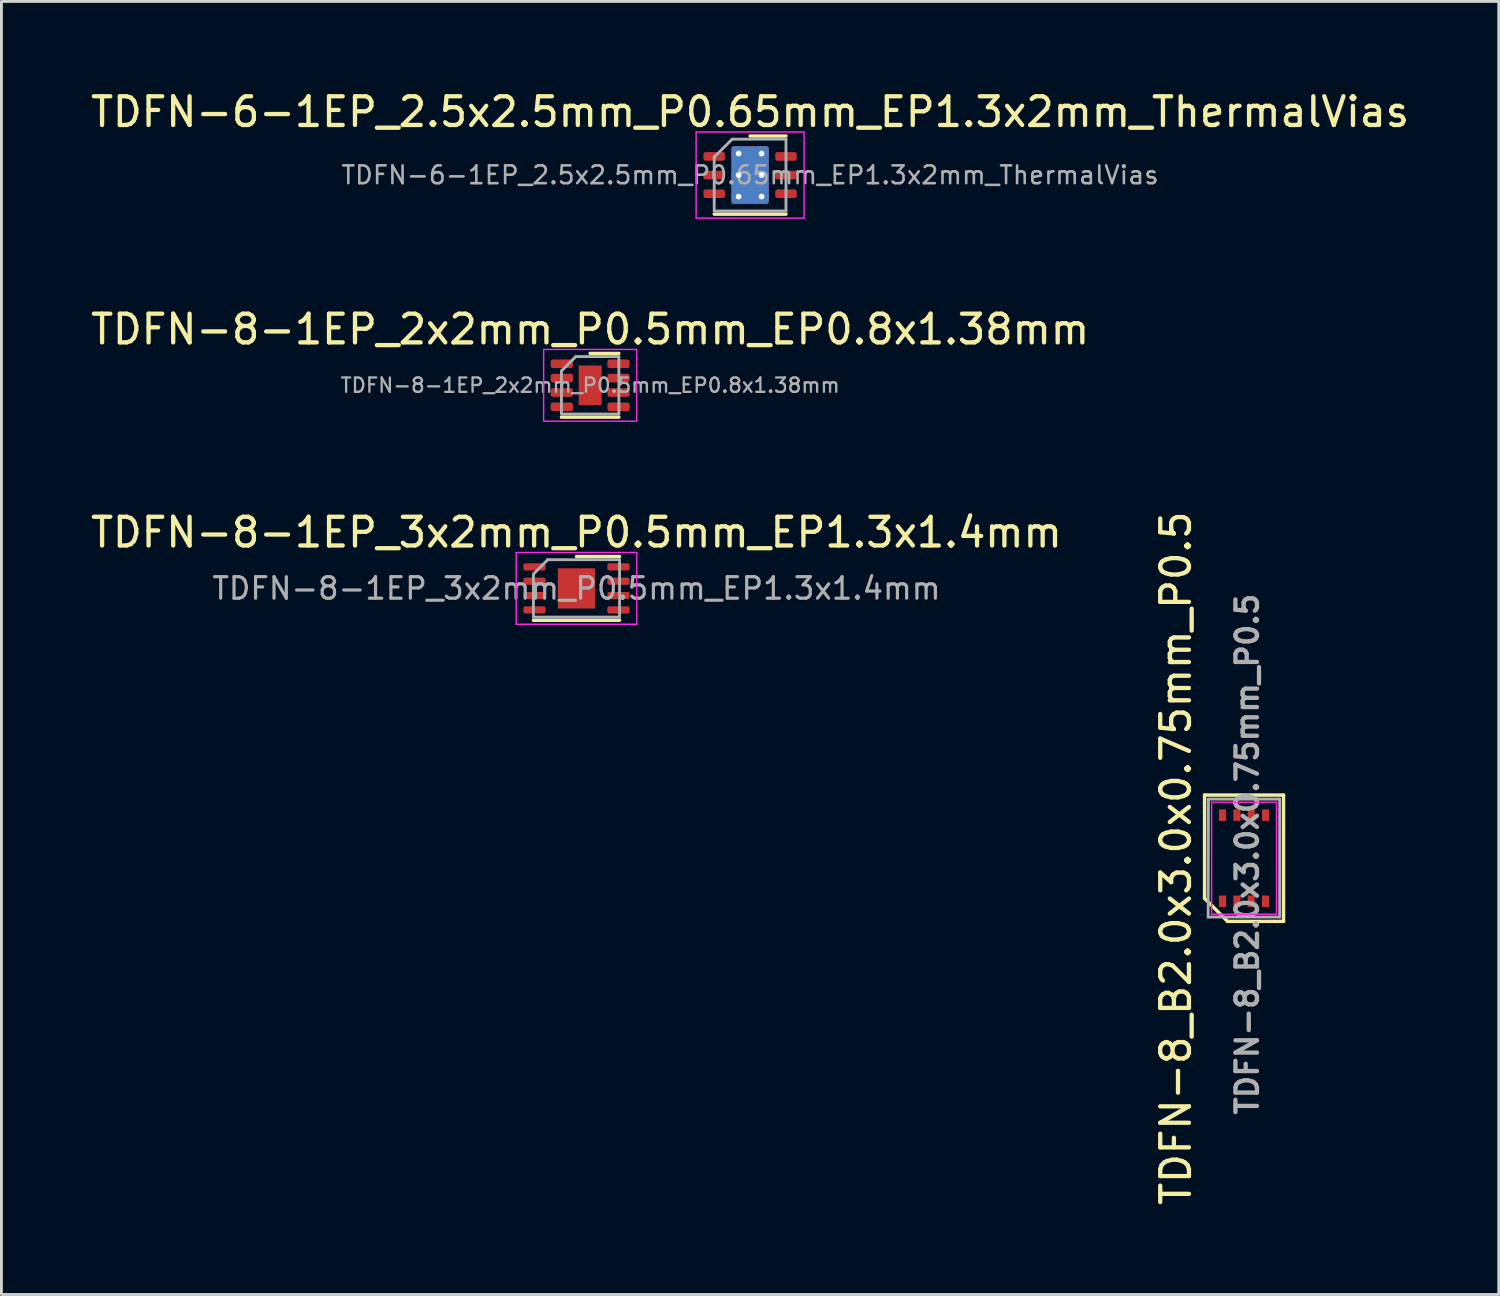
<source format=kicad_pcb>
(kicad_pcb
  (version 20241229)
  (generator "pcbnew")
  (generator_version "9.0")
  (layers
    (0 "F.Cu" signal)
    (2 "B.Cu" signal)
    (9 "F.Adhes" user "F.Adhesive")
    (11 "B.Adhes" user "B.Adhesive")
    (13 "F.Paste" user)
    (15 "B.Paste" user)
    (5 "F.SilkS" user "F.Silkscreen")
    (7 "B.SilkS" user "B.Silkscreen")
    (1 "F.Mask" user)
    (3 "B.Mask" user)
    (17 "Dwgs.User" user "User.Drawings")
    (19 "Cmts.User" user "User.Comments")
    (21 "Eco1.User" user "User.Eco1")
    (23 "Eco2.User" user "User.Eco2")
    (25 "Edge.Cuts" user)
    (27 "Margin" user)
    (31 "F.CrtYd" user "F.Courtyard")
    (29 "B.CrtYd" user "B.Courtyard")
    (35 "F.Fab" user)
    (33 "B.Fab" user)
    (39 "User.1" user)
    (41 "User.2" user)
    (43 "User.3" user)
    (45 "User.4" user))
  (footprint "TDFN-8-1EP_3x2mm_P0.5mm_EP1.3x1.4mm"
    (layer "F.Cu")
    (at 17.03 17.445)
    (property "Reference" "TDFN-8-1EP_3x2mm_P0.5mm_EP1.3x1.4mm" (at 0 -1.95 0) (layer "F.SilkS") (effects (font (size 1 1) (thickness 0.15))))
    (attr smd)
    (fp_line (start -1.5 1.11) (end 1.5 1.11) (stroke (width 0.12) (type solid)) (layer "F.SilkS"))
    (fp_line (start 0 -1.11) (end 1.5 -1.11) (stroke (width 0.12) (type solid)) (layer "F.SilkS"))
    (fp_line (start -2.1 -1.25) (end -2.1 1.25) (stroke (width 0.05) (type solid)) (layer "F.CrtYd"))
    (fp_line (start -2.1 1.25) (end 2.1 1.25) (stroke (width 0.05) (type solid)) (layer "F.CrtYd"))
    (fp_line (start 2.1 -1.25) (end -2.1 -1.25) (stroke (width 0.05) (type solid)) (layer "F.CrtYd"))
    (fp_line (start 2.1 1.25) (end 2.1 -1.25) (stroke (width 0.05) (type solid)) (layer "F.CrtYd"))
    (fp_line (start -1.5 -0.5) (end -1 -1) (stroke (width 0.1) (type solid)) (layer "F.Fab"))
    (fp_line (start -1.5 1) (end -1.5 -0.5) (stroke (width 0.1) (type solid)) (layer "F.Fab"))
    (fp_line (start -1 -1) (end 1.5 -1) (stroke (width 0.1) (type solid)) (layer "F.Fab"))
    (fp_line (start 1.5 -1) (end 1.5 1) (stroke (width 0.1) (type solid)) (layer "F.Fab"))
    (fp_line (start 1.5 1) (end -1.5 1) (stroke (width 0.1) (type solid)) (layer "F.Fab"))
    (fp_text user "${REFERENCE}" (at 0 0 0) (layer "F.Fab") (effects (font (size 0.75 0.75) (thickness 0.11))))
    (pad "" smd roundrect (at -0.325 -0.35) (size 0.52 0.56) (layers "F.Paste") (roundrect_rratio 0.25))
    (pad "" smd roundrect (at -0.325 0.35) (size 0.52 0.56) (layers "F.Paste") (roundrect_rratio 0.25))
    (pad "" smd roundrect (at 0.325 -0.35) (size 0.52 0.56) (layers "F.Paste") (roundrect_rratio 0.25))
    (pad "" smd roundrect (at 0.325 0.35) (size 0.52 0.56) (layers "F.Paste") (roundrect_rratio 0.25))
    (pad "1" smd roundrect (at -1.462 -0.75) (size 0.775 0.25) (layers "F.Cu" "F.Mask" "F.Paste") (roundrect_rratio 0.25))
    (pad "2" smd roundrect (at -1.462 -0.25) (size 0.775 0.25) (layers "F.Cu" "F.Mask" "F.Paste") (roundrect_rratio 0.25))
    (pad "3" smd roundrect (at -1.462 0.25) (size 0.775 0.25) (layers "F.Cu" "F.Mask" "F.Paste") (roundrect_rratio 0.25))
    (pad "4" smd roundrect (at -1.462 0.75) (size 0.775 0.25) (layers "F.Cu" "F.Mask" "F.Paste") (roundrect_rratio 0.25))
    (pad "5" smd roundrect (at 1.462 0.75) (size 0.775 0.25) (layers "F.Cu" "F.Mask" "F.Paste") (roundrect_rratio 0.25))
    (pad "6" smd roundrect (at 1.462 0.25) (size 0.775 0.25) (layers "F.Cu" "F.Mask" "F.Paste") (roundrect_rratio 0.25))
    (pad "7" smd roundrect (at 1.462 -0.25) (size 0.775 0.25) (layers "F.Cu" "F.Mask" "F.Paste") (roundrect_rratio 0.25))
    (pad "8" smd roundrect (at 1.462 -0.75) (size 0.775 0.25) (layers "F.Cu" "F.Mask" "F.Paste") (roundrect_rratio 0.25))
    (pad "9" smd rect (at 0 0) (size 1.3 1.4) (layers "F.Cu" "F.Mask")))
  (footprint "TDFN-8_B2.0x3.0x0.75mm_P0.5"
    (layer "F.Cu")
    (at 40.283 26.843)
    (property "Reference" "TDFN-8_B2.0x3.0x0.75mm_P0.5" (at -2.375 0 90) (layer "F.SilkS") (effects (font (size 1 1) (thickness 0.15))))
    (attr smd)
    (fp_line (start -1.375 -2.2) (end 1.375 -2.2) (stroke (width 0.12) (type solid)) (layer "F.SilkS"))
    (fp_line (start -1.375 1.4) (end -1.375 -2.2) (stroke (width 0.12) (type solid)) (layer "F.SilkS"))
    (fp_line (start -0.575 2.2) (end -1.375 1.4) (stroke (width 0.12) (type solid)) (layer "F.SilkS"))
    (fp_line (start 1.375 -2.2) (end 1.375 2.2) (stroke (width 0.12) (type solid)) (layer "F.SilkS"))
    (fp_line (start 1.375 2.2) (end -0.575 2.2) (stroke (width 0.12) (type solid)) (layer "F.SilkS"))
    (fp_line (start -1.13 -1.95) (end 1.13 -1.95) (stroke (width 0.05) (type solid)) (layer "F.CrtYd"))
    (fp_line (start -1.13 1.95) (end -1.13 -1.95) (stroke (width 0.05) (type solid)) (layer "F.CrtYd"))
    (fp_line (start 1.13 -1.95) (end 1.13 1.95) (stroke (width 0.05) (type solid)) (layer "F.CrtYd"))
    (fp_line (start 1.13 1.95) (end -1.13 1.95) (stroke (width 0.05) (type solid)) (layer "F.CrtYd"))
    (fp_line (start -1.25 -2.06) (end 1.24 -2.06) (stroke (width 0.1) (type solid)) (layer "F.Fab"))
    (fp_line (start -1.25 2.05) (end -1.24 -2.05) (stroke (width 0.1) (type solid)) (layer "F.Fab"))
    (fp_line (start 1.24 -2.06) (end 1.24 2.05) (stroke (width 0.1) (type solid)) (layer "F.Fab"))
    (fp_line (start 1.24 2.05) (end -1.25 2.05) (stroke (width 0.1) (type solid)) (layer "F.Fab"))
    (fp_text user "${REFERENCE}" (at 0.11 -0.14 90) (layer "F.Fab") (effects (font (size 0.75 0.75) (thickness 0.15))))
    (pad "1" smd rect (at -0.75 1.5) (size 0.25 0.4) (layers "F.Cu" "F.Mask" "F.Paste"))
    (pad "2" smd rect (at -0.25 1.5) (size 0.25 0.4) (layers "F.Cu" "F.Mask" "F.Paste"))
    (pad "3" smd rect (at 0.25 1.5) (size 0.25 0.4) (layers "F.Cu" "F.Mask" "F.Paste"))
    (pad "4" smd rect (at 0.75 1.5) (size 0.25 0.4) (layers "F.Cu" "F.Mask" "F.Paste"))
    (pad "5" smd rect (at 0.75 -1.5) (size 0.25 0.4) (layers "F.Cu" "F.Mask" "F.Paste"))
    (pad "6" smd rect (at 0.25 -1.5) (size 0.25 0.4) (layers "F.Cu" "F.Mask" "F.Paste"))
    (pad "7" smd rect (at -0.25 -1.5) (size 0.25 0.4) (layers "F.Cu" "F.Mask" "F.Paste"))
    (pad "8" smd rect (at -0.75 -1.5) (size 0.25 0.4) (layers "F.Cu" "F.Mask" "F.Paste")))
  (footprint "TDFN-8-1EP_2x2mm_P0.5mm_EP0.8x1.38mm"
    (layer "F.Cu")
    (at 17.506 10.371)
    (property "Reference" "TDFN-8-1EP_2x2mm_P0.5mm_EP0.8x1.38mm" (at 0 -1.95 0) (layer "F.SilkS") (effects (font (size 1 1) (thickness 0.15))))
    (attr smd)
    (fp_line (start -1 1.11) (end 1 1.11) (stroke (width 0.12) (type solid)) (layer "F.SilkS"))
    (fp_line (start 0 -1.11) (end 1 -1.11) (stroke (width 0.12) (type solid)) (layer "F.SilkS"))
    (fp_line (start -1.62 -1.25) (end -1.62 1.25) (stroke (width 0.05) (type solid)) (layer "F.CrtYd"))
    (fp_line (start -1.62 1.25) (end 1.62 1.25) (stroke (width 0.05) (type solid)) (layer "F.CrtYd"))
    (fp_line (start 1.62 -1.25) (end -1.62 -1.25) (stroke (width 0.05) (type solid)) (layer "F.CrtYd"))
    (fp_line (start 1.62 1.25) (end 1.62 -1.25) (stroke (width 0.05) (type solid)) (layer "F.CrtYd"))
    (fp_line (start -1 -0.5) (end -0.5 -1) (stroke (width 0.1) (type solid)) (layer "F.Fab"))
    (fp_line (start -1 1) (end -1 -0.5) (stroke (width 0.1) (type solid)) (layer "F.Fab"))
    (fp_line (start -0.5 -1) (end 1 -1) (stroke (width 0.1) (type solid)) (layer "F.Fab"))
    (fp_line (start 1 -1) (end 1 1) (stroke (width 0.1) (type solid)) (layer "F.Fab"))
    (fp_line (start 1 1) (end -1 1) (stroke (width 0.1) (type solid)) (layer "F.Fab"))
    (fp_text user "${REFERENCE}" (at 0 0 0) (layer "F.Fab") (effects (font (size 0.5 0.5) (thickness 0.08))))
    (pad "" smd roundrect (at -0.2 -0.345) (size 0.32 0.56) (layers "F.Paste") (roundrect_rratio 0.25))
    (pad "" smd roundrect (at -0.2 0.345) (size 0.32 0.56) (layers "F.Paste") (roundrect_rratio 0.25))
    (pad "" smd roundrect (at 0.2 -0.345) (size 0.32 0.56) (layers "F.Paste") (roundrect_rratio 0.25))
    (pad "" smd roundrect (at 0.2 0.345) (size 0.32 0.56) (layers "F.Paste") (roundrect_rratio 0.25))
    (pad "1" smd roundrect (at -0.988 -0.75) (size 0.775 0.3) (layers "F.Cu" "F.Mask" "F.Paste") (roundrect_rratio 0.25))
    (pad "2" smd roundrect (at -0.988 -0.25) (size 0.775 0.3) (layers "F.Cu" "F.Mask" "F.Paste") (roundrect_rratio 0.25))
    (pad "3" smd roundrect (at -0.988 0.25) (size 0.775 0.3) (layers "F.Cu" "F.Mask" "F.Paste") (roundrect_rratio 0.25))
    (pad "4" smd roundrect (at -0.988 0.75) (size 0.775 0.3) (layers "F.Cu" "F.Mask" "F.Paste") (roundrect_rratio 0.25))
    (pad "5" smd roundrect (at 0.988 0.75) (size 0.775 0.3) (layers "F.Cu" "F.Mask" "F.Paste") (roundrect_rratio 0.25))
    (pad "6" smd roundrect (at 0.988 0.25) (size 0.775 0.3) (layers "F.Cu" "F.Mask" "F.Paste") (roundrect_rratio 0.25))
    (pad "7" smd roundrect (at 0.988 -0.25) (size 0.775 0.3) (layers "F.Cu" "F.Mask" "F.Paste") (roundrect_rratio 0.25))
    (pad "8" smd roundrect (at 0.988 -0.75) (size 0.775 0.3) (layers "F.Cu" "F.Mask" "F.Paste") (roundrect_rratio 0.25))
    (pad "9" smd rect (at 0 0) (size 0.8 1.38) (layers "F.Cu" "F.Mask")))
  (footprint "TDFN-6-1EP_2.5x2.5mm_P0.65mm_EP1.3x2mm_ThermalVias"
    (layer "F.Cu")
    (at 23.077 3.048)
    (property "Reference" "TDFN-6-1EP_2.5x2.5mm_P0.65mm_EP1.3x2mm_ThermalVias" (at 0 -2.2 0) (layer "F.SilkS") (effects (font (size 1 1) (thickness 0.15))))
    (attr smd)
    (fp_line (start -1.25 1.36) (end 1.25 1.36) (stroke (width 0.12) (type solid)) (layer "F.SilkS"))
    (fp_line (start 0 -1.36) (end 1.25 -1.36) (stroke (width 0.12) (type solid)) (layer "F.SilkS"))
    (fp_line (start -1.88 -1.5) (end -1.88 1.5) (stroke (width 0.05) (type solid)) (layer "F.CrtYd"))
    (fp_line (start -1.88 1.5) (end 1.88 1.5) (stroke (width 0.05) (type solid)) (layer "F.CrtYd"))
    (fp_line (start 1.88 -1.5) (end -1.88 -1.5) (stroke (width 0.05) (type solid)) (layer "F.CrtYd"))
    (fp_line (start 1.88 1.5) (end 1.88 -1.5) (stroke (width 0.05) (type solid)) (layer "F.CrtYd"))
    (fp_line (start -1.25 -0.625) (end -0.625 -1.25) (stroke (width 0.1) (type solid)) (layer "F.Fab"))
    (fp_line (start -1.25 1.25) (end -1.25 -0.625) (stroke (width 0.1) (type solid)) (layer "F.Fab"))
    (fp_line (start -0.625 -1.25) (end 1.25 -1.25) (stroke (width 0.1) (type solid)) (layer "F.Fab"))
    (fp_line (start 1.25 -1.25) (end 1.25 1.25) (stroke (width 0.1) (type solid)) (layer "F.Fab"))
    (fp_line (start 1.25 1.25) (end -1.25 1.25) (stroke (width 0.1) (type solid)) (layer "F.Fab"))
    (fp_text user "${REFERENCE}" (at 0 0 0) (layer "F.Fab") (effects (font (size 0.62 0.62) (thickness 0.09))))
    (pad "" smd roundrect (at -0.325 -0.5) (size 0.56 0.87) (layers "F.Paste") (roundrect_rratio 0.25))
    (pad "" smd roundrect (at -0.325 0.5) (size 0.56 0.87) (layers "F.Paste") (roundrect_rratio 0.25))
    (pad "" smd roundrect (at 0.325 -0.5) (size 0.56 0.87) (layers "F.Paste") (roundrect_rratio 0.25))
    (pad "" smd roundrect (at 0.325 0.5) (size 0.56 0.87) (layers "F.Paste") (roundrect_rratio 0.25))
    (pad "1" smd roundrect (at -1.25 -0.65) (size 0.75 0.3) (layers "F.Cu" "F.Mask" "F.Paste") (roundrect_rratio 0.25))
    (pad "2" smd roundrect (at -1.25 0) (size 0.75 0.3) (layers "F.Cu" "F.Mask" "F.Paste") (roundrect_rratio 0.25))
    (pad "3" smd roundrect (at -1.25 0.65) (size 0.75 0.3) (layers "F.Cu" "F.Mask" "F.Paste") (roundrect_rratio 0.25))
    (pad "4" smd roundrect (at 1.25 0.65) (size 0.75 0.3) (layers "F.Cu" "F.Mask" "F.Paste") (roundrect_rratio 0.25))
    (pad "5" smd roundrect (at 1.25 0) (size 0.75 0.3) (layers "F.Cu" "F.Mask" "F.Paste") (roundrect_rratio 0.25))
    (pad "6" smd roundrect (at 1.25 -0.65) (size 0.75 0.3) (layers "F.Cu" "F.Mask" "F.Paste") (roundrect_rratio 0.25))
    (pad "7" thru_hole circle (at -0.4 -0.75) (size 0.5 0.5) (drill 0.2) (layers "*.Cu"))
    (pad "7" thru_hole circle (at -0.4 0) (size 0.5 0.5) (drill 0.2) (layers "*.Cu"))
    (pad "7" thru_hole circle (at -0.4 0.75) (size 0.5 0.5) (drill 0.2) (layers "*.Cu"))
    (pad "7" smd roundrect (at 0 0) (size 1.3 2) (layers "F.Cu" "F.Mask") (roundrect_rratio 0.058))
    (pad "7" smd roundrect (at 0 0) (size 1.3 2) (layers "B.Cu") (roundrect_rratio 0.058))
    (pad "7" thru_hole circle (at 0.4 -0.75) (size 0.5 0.5) (drill 0.2) (layers "*.Cu"))
    (pad "7" thru_hole circle (at 0.4 0) (size 0.5 0.5) (drill 0.2) (layers "*.Cu"))
    (pad "7" thru_hole circle (at 0.4 0.75) (size 0.5 0.5) (drill 0.2) (layers "*.Cu")))
  (gr_rect
    (start -3 -3)
    (end 49.155 42.039)
    (stroke (width 0.1) (type default))
    (fill no)
    (layer "Edge.Cuts")))
</source>
